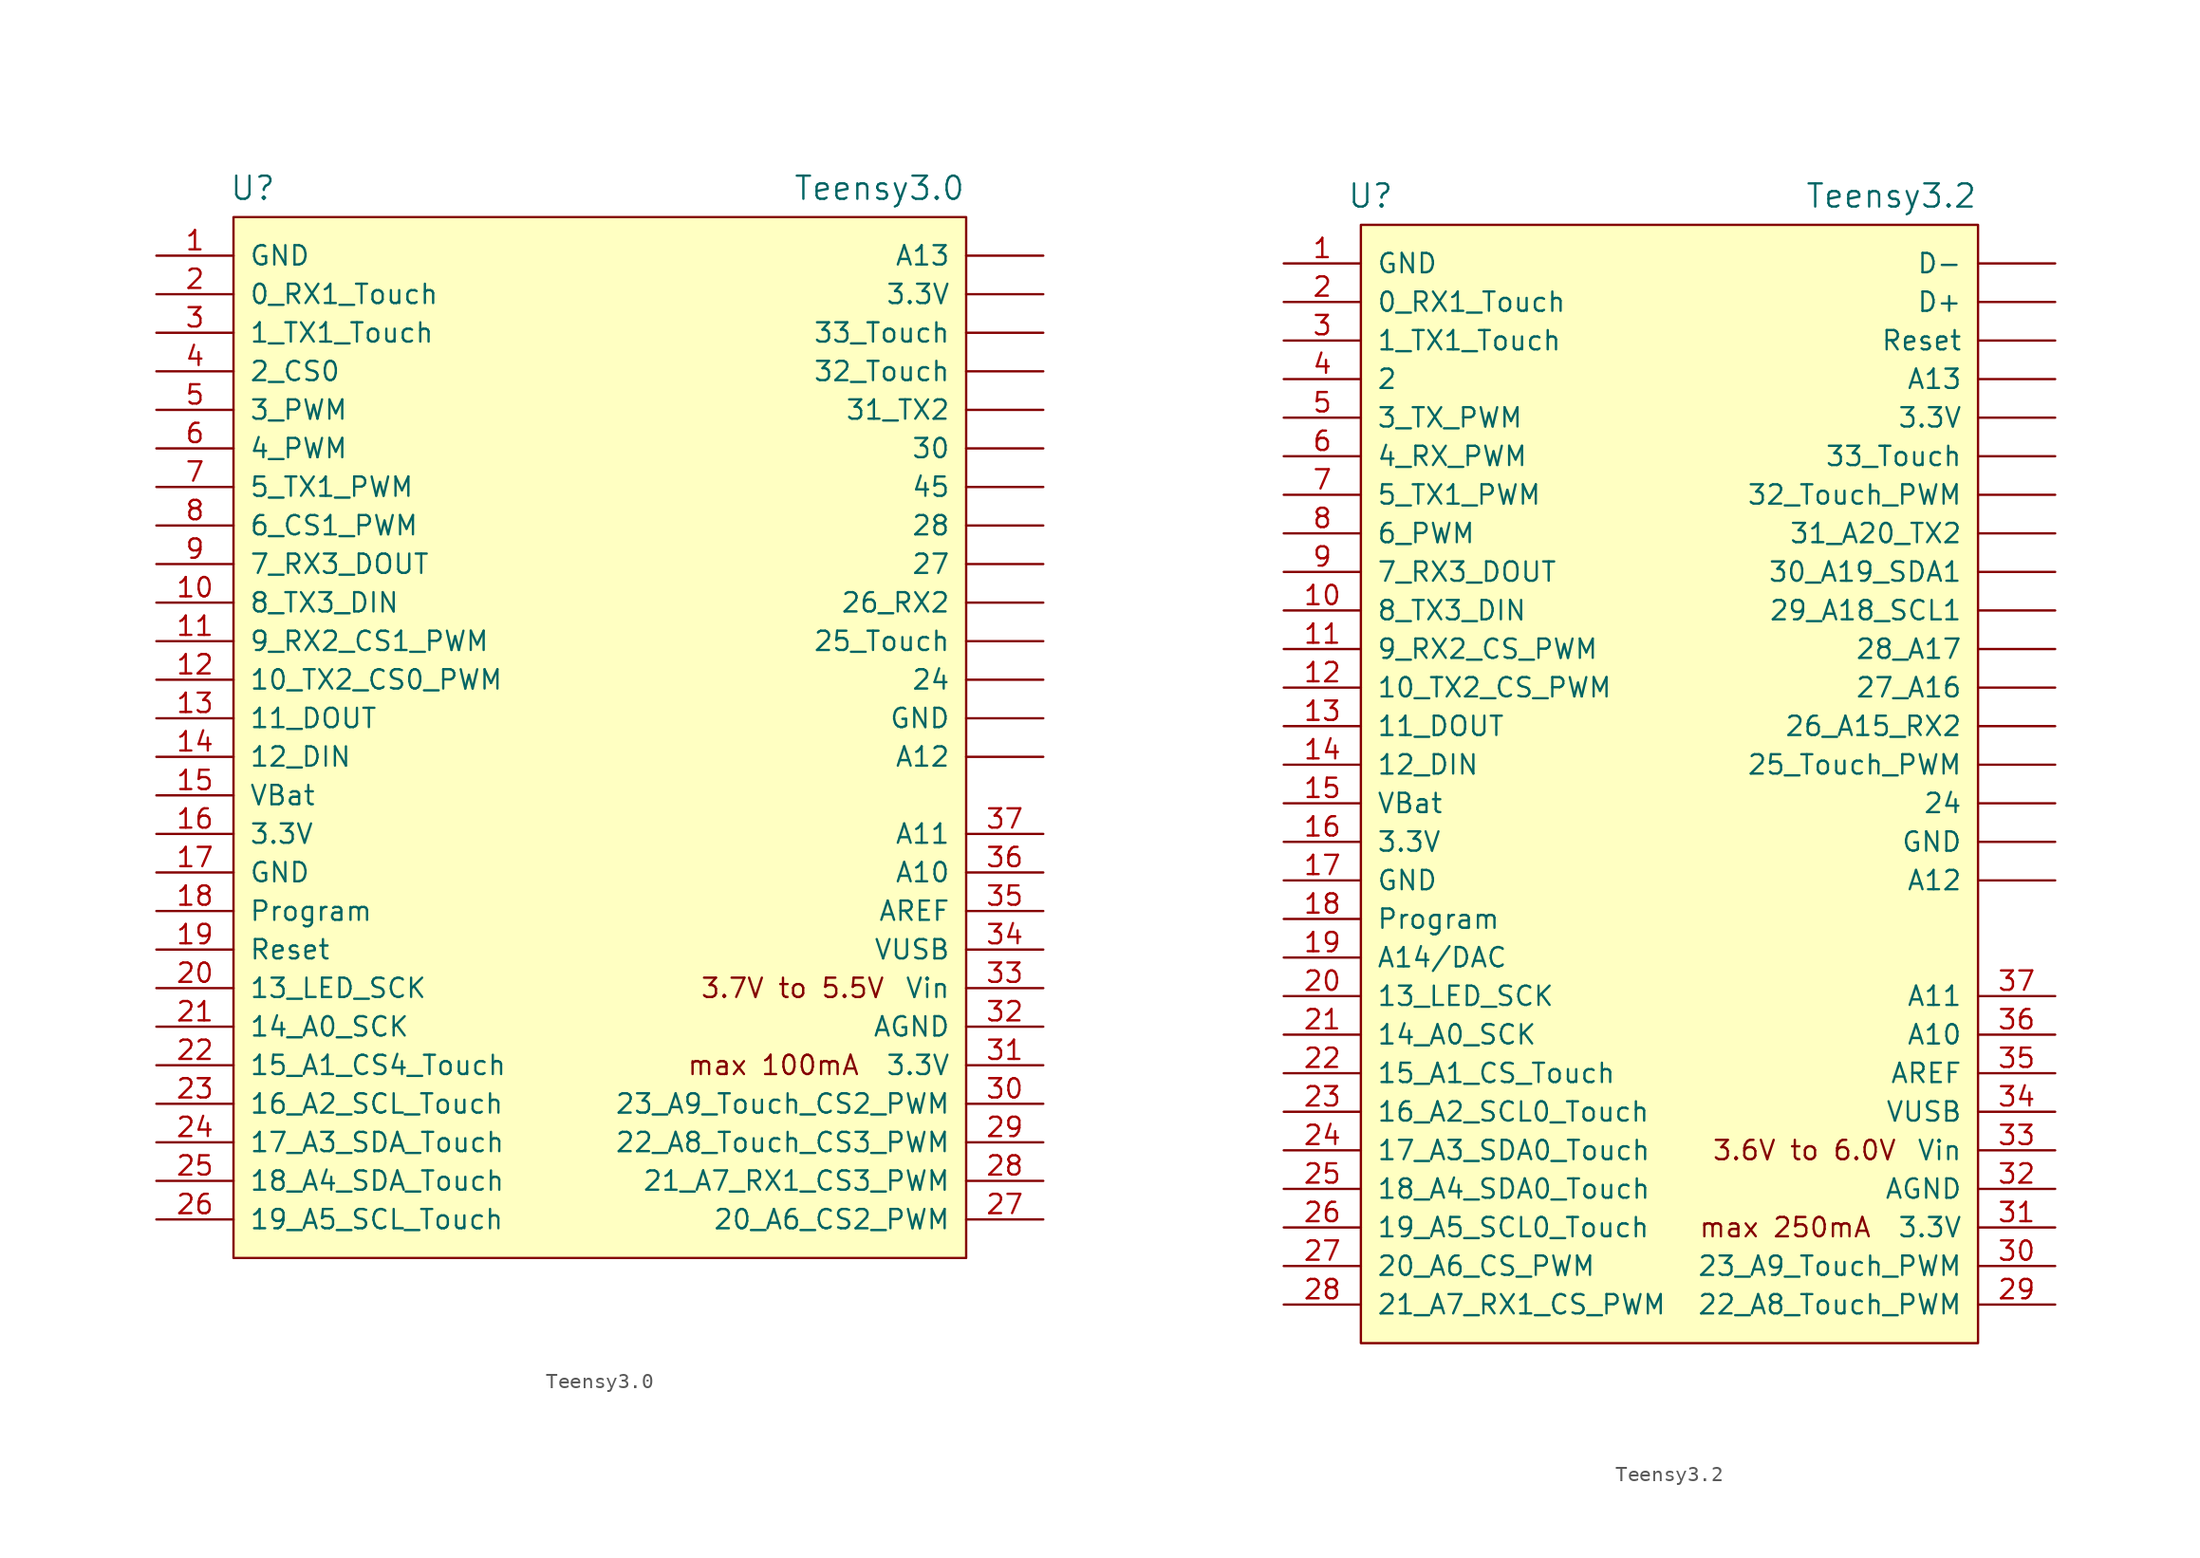
<source format=kicad_sym>
(kicad_symbol_lib
  (version 20231120)
  (generator "kicad_symbol_editor")
  (generator_version "8.0")
  (symbol "Teensy3.0"
    (pin_names
      (offset 1.016))
    (property "Reference" "U"
      (at -22.86 36.195 0)
      (effects (font (size 1.524 1.524))))
    (property "Value" "Teensy3.0"
      (at 18.415 36.195 0)
      (effects (font (size 1.524 1.524))))
    (symbol "Teensy3.0_0_0"
      (text "3.7V to 5.5V" (at 12.7 -16.51 0) (effects (font (size 1.27 1.27))))
      (text "max 100mA" (at 11.43 -21.59 0) (effects (font (size 1.27 1.27)))))
    (symbol "Teensy3.0_0_1"
      (rectangle (start -24.13 34.29) (end 24.13 -34.29) (stroke (width 0) (type default)) (fill (type background))))
    (symbol "Teensy3.0_1_1"
      (pin power_in line (at -29.21 31.75 0) (length 5.08) (name "GND" (effects (font (size 1.27 1.27)))) (number "1" (effects (font (size 1.27 1.27)))))
      (pin bidirectional line (at -29.21 8.89 0) (length 5.08) (name "8_TX3_DIN" (effects (font (size 1.27 1.27)))) (number "10" (effects (font (size 1.27 1.27)))))
      (pin bidirectional line (at -29.21 6.35 0) (length 5.08) (name "9_RX2_CS1_PWM" (effects (font (size 1.27 1.27)))) (number "11" (effects (font (size 1.27 1.27)))))
      (pin bidirectional line (at -29.21 3.81 0) (length 5.08) (name "10_TX2_CS0_PWM" (effects (font (size 1.27 1.27)))) (number "12" (effects (font (size 1.27 1.27)))))
      (pin bidirectional line (at -29.21 1.27 0) (length 5.08) (name "11_DOUT" (effects (font (size 1.27 1.27)))) (number "13" (effects (font (size 1.27 1.27)))))
      (pin bidirectional line (at -29.21 -1.27 0) (length 5.08) (name "12_DIN" (effects (font (size 1.27 1.27)))) (number "14" (effects (font (size 1.27 1.27)))))
      (pin power_in line (at -29.21 -3.81 0) (length 5.08) (name "VBat" (effects (font (size 1.27 1.27)))) (number "15" (effects (font (size 1.27 1.27)))))
      (pin power_in line (at -29.21 -6.35 0) (length 5.08) (name "3.3V" (effects (font (size 1.27 1.27)))) (number "16" (effects (font (size 1.27 1.27)))))
      (pin power_in line (at -29.21 -8.89 0) (length 5.08) (name "GND" (effects (font (size 1.27 1.27)))) (number "17" (effects (font (size 1.27 1.27)))))
      (pin input line (at -29.21 -11.43 0) (length 5.08) (name "Program" (effects (font (size 1.27 1.27)))) (number "18" (effects (font (size 1.27 1.27)))))
      (pin input line (at -29.21 -13.97 0) (length 5.08) (name "Reset" (effects (font (size 1.27 1.27)))) (number "19" (effects (font (size 1.27 1.27)))))
      (pin bidirectional line (at -29.21 29.21 0) (length 5.08) (name "0_RX1_Touch" (effects (font (size 1.27 1.27)))) (number "2" (effects (font (size 1.27 1.27)))))
      (pin bidirectional line (at -29.21 -16.51 0) (length 5.08) (name "13_LED_SCK" (effects (font (size 1.27 1.27)))) (number "20" (effects (font (size 1.27 1.27)))))
      (pin bidirectional line (at -29.21 -19.05 0) (length 5.08) (name "14_A0_SCK" (effects (font (size 1.27 1.27)))) (number "21" (effects (font (size 1.27 1.27)))))
      (pin bidirectional line (at -29.21 -21.59 0) (length 5.08) (name "15_A1_CS4_Touch" (effects (font (size 1.27 1.27)))) (number "22" (effects (font (size 1.27 1.27)))))
      (pin bidirectional line (at -29.21 -24.13 0) (length 5.08) (name "16_A2_SCL_Touch" (effects (font (size 1.27 1.27)))) (number "23" (effects (font (size 1.27 1.27)))))
      (pin bidirectional line (at -29.21 -26.67 0) (length 5.08) (name "17_A3_SDA_Touch" (effects (font (size 1.27 1.27)))) (number "24" (effects (font (size 1.27 1.27)))))
      (pin bidirectional line (at -29.21 -29.21 0) (length 5.08) (name "18_A4_SDA_Touch" (effects (font (size 1.27 1.27)))) (number "25" (effects (font (size 1.27 1.27)))))
      (pin bidirectional line (at -29.21 -31.75 0) (length 5.08) (name "19_A5_SCL_Touch" (effects (font (size 1.27 1.27)))) (number "26" (effects (font (size 1.27 1.27)))))
      (pin bidirectional line (at 29.21 -31.75 180) (length 5.08) (name "20_A6_CS2_PWM" (effects (font (size 1.27 1.27)))) (number "27" (effects (font (size 1.27 1.27)))))
      (pin bidirectional line (at 29.21 -29.21 180) (length 5.08) (name "21_A7_RX1_CS3_PWM" (effects (font (size 1.27 1.27)))) (number "28" (effects (font (size 1.27 1.27)))))
      (pin bidirectional line (at 29.21 -26.67 180) (length 5.08) (name "22_A8_Touch_CS3_PWM" (effects (font (size 1.27 1.27)))) (number "29" (effects (font (size 1.27 1.27)))))
      (pin bidirectional line (at -29.21 26.67 0) (length 5.08) (name "1_TX1_Touch" (effects (font (size 1.27 1.27)))) (number "3" (effects (font (size 1.27 1.27)))))
      (pin bidirectional line (at 29.21 -24.13 180) (length 5.08) (name "23_A9_Touch_CS2_PWM" (effects (font (size 1.27 1.27)))) (number "30" (effects (font (size 1.27 1.27)))))
      (pin power_out line (at 29.21 -21.59 180) (length 5.08) (name "3.3V" (effects (font (size 1.27 1.27)))) (number "31" (effects (font (size 1.27 1.27)))))
      (pin power_out line (at 29.21 -19.05 180) (length 5.08) (name "AGND" (effects (font (size 1.27 1.27)))) (number "32" (effects (font (size 1.27 1.27)))))
      (pin power_in line (at 29.21 -16.51 180) (length 5.08) (name "Vin" (effects (font (size 1.27 1.27)))) (number "33" (effects (font (size 1.27 1.27)))))
      (pin power_in line (at 29.21 -13.97 180) (length 5.08) (name "VUSB" (effects (font (size 1.27 1.27)))) (number "34" (effects (font (size 1.27 1.27)))))
      (pin input line (at 29.21 -11.43 180) (length 5.08) (name "AREF" (effects (font (size 1.27 1.27)))) (number "35" (effects (font (size 1.27 1.27)))))
      (pin bidirectional line (at 29.21 -8.89 180) (length 5.08) (name "A10" (effects (font (size 1.27 1.27)))) (number "36" (effects (font (size 1.27 1.27)))))
      (pin bidirectional line (at 29.21 -6.35 180) (length 5.08) (name "A11" (effects (font (size 1.27 1.27)))) (number "37" (effects (font (size 1.27 1.27)))))
      (pin bidirectional line (at -29.21 24.13 0) (length 5.08) (name "2_CS0" (effects (font (size 1.27 1.27)))) (number "4" (effects (font (size 1.27 1.27)))))
      (pin bidirectional line (at -29.21 21.59 0) (length 5.08) (name "3_PWM" (effects (font (size 1.27 1.27)))) (number "5" (effects (font (size 1.27 1.27)))))
      (pin bidirectional line (at -29.21 19.05 0) (length 5.08) (name "4_PWM" (effects (font (size 1.27 1.27)))) (number "6" (effects (font (size 1.27 1.27)))))
      (pin bidirectional line (at -29.21 16.51 0) (length 5.08) (name "5_TX1_PWM" (effects (font (size 1.27 1.27)))) (number "7" (effects (font (size 1.27 1.27)))))
      (pin bidirectional line (at -29.21 13.97 0) (length 5.08) (name "6_CS1_PWM" (effects (font (size 1.27 1.27)))) (number "8" (effects (font (size 1.27 1.27)))))
      (pin bidirectional line (at -29.21 11.43 0) (length 5.08) (name "7_RX3_DOUT" (effects (font (size 1.27 1.27)))) (number "9" (effects (font (size 1.27 1.27)))))
      (pin bidirectional line (at 29.21 3.81 180) (length 5.08) (name "24" (effects (font (size 1.27 1.27)))) (number "~" (effects (font (size 1.27 1.27)))))
      (pin bidirectional line (at 29.21 6.35 180) (length 5.08) (name "25_Touch" (effects (font (size 1.27 1.27)))) (number "~" (effects (font (size 1.27 1.27)))))
      (pin bidirectional line (at 29.21 8.89 180) (length 5.08) (name "26_RX2" (effects (font (size 1.27 1.27)))) (number "~" (effects (font (size 1.27 1.27)))))
      (pin bidirectional line (at 29.21 11.43 180) (length 5.08) (name "27" (effects (font (size 1.27 1.27)))) (number "~" (effects (font (size 1.27 1.27)))))
      (pin bidirectional line (at 29.21 13.97 180) (length 5.08) (name "28" (effects (font (size 1.27 1.27)))) (number "~" (effects (font (size 1.27 1.27)))))
      (pin power_in line (at 29.21 29.21 180) (length 5.08) (name "3.3V" (effects (font (size 1.27 1.27)))) (number "~" (effects (font (size 1.27 1.27)))))
      (pin bidirectional line (at 29.21 19.05 180) (length 5.08) (name "30" (effects (font (size 1.27 1.27)))) (number "~" (effects (font (size 1.27 1.27)))))
      (pin bidirectional line (at 29.21 21.59 180) (length 5.08) (name "31_TX2" (effects (font (size 1.27 1.27)))) (number "~" (effects (font (size 1.27 1.27)))))
      (pin bidirectional line (at 29.21 24.13 180) (length 5.08) (name "32_Touch" (effects (font (size 1.27 1.27)))) (number "~" (effects (font (size 1.27 1.27)))))
      (pin bidirectional line (at 29.21 26.67 180) (length 5.08) (name "33_Touch" (effects (font (size 1.27 1.27)))) (number "~" (effects (font (size 1.27 1.27)))))
      (pin bidirectional line (at 29.21 16.51 180) (length 5.08) (name "45" (effects (font (size 1.27 1.27)))) (number "~" (effects (font (size 1.27 1.27)))))
      (pin bidirectional line (at 29.21 -1.27 180) (length 5.08) (name "A12" (effects (font (size 1.27 1.27)))) (number "~" (effects (font (size 1.27 1.27)))))
      (pin bidirectional line (at 29.21 31.75 180) (length 5.08) (name "A13" (effects (font (size 1.27 1.27)))) (number "~" (effects (font (size 1.27 1.27)))))
      (pin power_in line (at 29.21 1.27 180) (length 5.08) (name "GND" (effects (font (size 1.27 1.27)))) (number "~" (effects (font (size 1.27 1.27)))))))
  (symbol "Teensy3.2"
    (pin_names
      (offset 1.016))
    (property "Reference" "U"
      (at -19.685 38.735 0)
      (effects (font (size 1.524 1.524))))
    (property "Value" "Teensy3.2"
      (at 14.605 38.735 0)
      (effects (font (size 1.524 1.524))))
    (symbol "Teensy3.2_0_0"
      (text "3.6V to 6.0V" (at 8.89 -24.13 0) (effects (font (size 1.27 1.27))))
      (text "max 250mA" (at 7.62 -29.21 0) (effects (font (size 1.27 1.27)))))
    (symbol "Teensy3.2_0_1"
      (rectangle (start -20.32 -36.83) (end 20.32 36.83) (stroke (width 0) (type default)) (fill (type background))))
    (symbol "Teensy3.2_1_1"
      (pin power_in line (at -25.4 34.29 0) (length 5.08) (name "GND" (effects (font (size 1.27 1.27)))) (number "1" (effects (font (size 1.27 1.27)))))
      (pin bidirectional line (at -25.4 11.43 0) (length 5.08) (name "8_TX3_DIN" (effects (font (size 1.27 1.27)))) (number "10" (effects (font (size 1.27 1.27)))))
      (pin bidirectional line (at -25.4 8.89 0) (length 5.08) (name "9_RX2_CS_PWM" (effects (font (size 1.27 1.27)))) (number "11" (effects (font (size 1.27 1.27)))))
      (pin bidirectional line (at -25.4 6.35 0) (length 5.08) (name "10_TX2_CS_PWM" (effects (font (size 1.27 1.27)))) (number "12" (effects (font (size 1.27 1.27)))))
      (pin bidirectional line (at -25.4 3.81 0) (length 5.08) (name "11_DOUT" (effects (font (size 1.27 1.27)))) (number "13" (effects (font (size 1.27 1.27)))))
      (pin bidirectional line (at -25.4 1.27 0) (length 5.08) (name "12_DIN" (effects (font (size 1.27 1.27)))) (number "14" (effects (font (size 1.27 1.27)))))
      (pin power_in line (at -25.4 -1.27 0) (length 5.08) (name "VBat" (effects (font (size 1.27 1.27)))) (number "15" (effects (font (size 1.27 1.27)))))
      (pin power_out line (at -25.4 -3.81 0) (length 5.08) (name "3.3V" (effects (font (size 1.27 1.27)))) (number "16" (effects (font (size 1.27 1.27)))))
      (pin power_in line (at -25.4 -6.35 0) (length 5.08) (name "GND" (effects (font (size 1.27 1.27)))) (number "17" (effects (font (size 1.27 1.27)))))
      (pin input line (at -25.4 -8.89 0) (length 5.08) (name "Program" (effects (font (size 1.27 1.27)))) (number "18" (effects (font (size 1.27 1.27)))))
      (pin bidirectional line (at -25.4 -11.43 0) (length 5.08) (name "A14/DAC" (effects (font (size 1.27 1.27)))) (number "19" (effects (font (size 1.27 1.27)))))
      (pin bidirectional line (at -25.4 31.75 0) (length 5.08) (name "0_RX1_Touch" (effects (font (size 1.27 1.27)))) (number "2" (effects (font (size 1.27 1.27)))))
      (pin bidirectional line (at -25.4 -13.97 0) (length 5.08) (name "13_LED_SCK" (effects (font (size 1.27 1.27)))) (number "20" (effects (font (size 1.27 1.27)))))
      (pin bidirectional line (at -25.4 -16.51 0) (length 5.08) (name "14_A0_SCK" (effects (font (size 1.27 1.27)))) (number "21" (effects (font (size 1.27 1.27)))))
      (pin bidirectional line (at -25.4 -19.05 0) (length 5.08) (name "15_A1_CS_Touch" (effects (font (size 1.27 1.27)))) (number "22" (effects (font (size 1.27 1.27)))))
      (pin bidirectional line (at -25.4 -21.59 0) (length 5.08) (name "16_A2_SCL0_Touch" (effects (font (size 1.27 1.27)))) (number "23" (effects (font (size 1.27 1.27)))))
      (pin bidirectional line (at -25.4 -24.13 0) (length 5.08) (name "17_A3_SDA0_Touch" (effects (font (size 1.27 1.27)))) (number "24" (effects (font (size 1.27 1.27)))))
      (pin bidirectional line (at -25.4 -26.67 0) (length 5.08) (name "18_A4_SDA0_Touch" (effects (font (size 1.27 1.27)))) (number "25" (effects (font (size 1.27 1.27)))))
      (pin bidirectional line (at -25.4 -29.21 0) (length 5.08) (name "19_A5_SCL0_Touch" (effects (font (size 1.27 1.27)))) (number "26" (effects (font (size 1.27 1.27)))))
      (pin bidirectional line (at -25.4 -31.75 0) (length 5.08) (name "20_A6_CS_PWM" (effects (font (size 1.27 1.27)))) (number "27" (effects (font (size 1.27 1.27)))))
      (pin bidirectional line (at -25.4 -34.29 0) (length 5.08) (name "21_A7_RX1_CS_PWM" (effects (font (size 1.27 1.27)))) (number "28" (effects (font (size 1.27 1.27)))))
      (pin bidirectional line (at 25.4 -34.29 180) (length 5.08) (name "22_A8_Touch_PWM" (effects (font (size 1.27 1.27)))) (number "29" (effects (font (size 1.27 1.27)))))
      (pin bidirectional line (at -25.4 29.21 0) (length 5.08) (name "1_TX1_Touch" (effects (font (size 1.27 1.27)))) (number "3" (effects (font (size 1.27 1.27)))))
      (pin bidirectional line (at 25.4 -31.75 180) (length 5.08) (name "23_A9_Touch_PWM" (effects (font (size 1.27 1.27)))) (number "30" (effects (font (size 1.27 1.27)))))
      (pin power_out line (at 25.4 -29.21 180) (length 5.08) (name "3.3V" (effects (font (size 1.27 1.27)))) (number "31" (effects (font (size 1.27 1.27)))))
      (pin power_out line (at 25.4 -26.67 180) (length 5.08) (name "AGND" (effects (font (size 1.27 1.27)))) (number "32" (effects (font (size 1.27 1.27)))))
      (pin power_in line (at 25.4 -24.13 180) (length 5.08) (name "Vin" (effects (font (size 1.27 1.27)))) (number "33" (effects (font (size 1.27 1.27)))))
      (pin power_in line (at 25.4 -21.59 180) (length 5.08) (name "VUSB" (effects (font (size 1.27 1.27)))) (number "34" (effects (font (size 1.27 1.27)))))
      (pin input line (at 25.4 -19.05 180) (length 5.08) (name "AREF" (effects (font (size 1.27 1.27)))) (number "35" (effects (font (size 1.27 1.27)))))
      (pin bidirectional line (at 25.4 -16.51 180) (length 5.08) (name "A10" (effects (font (size 1.27 1.27)))) (number "36" (effects (font (size 1.27 1.27)))))
      (pin bidirectional line (at 25.4 -13.97 180) (length 5.08) (name "A11" (effects (font (size 1.27 1.27)))) (number "37" (effects (font (size 1.27 1.27)))))
      (pin bidirectional line (at -25.4 26.67 0) (length 5.08) (name "2" (effects (font (size 1.27 1.27)))) (number "4" (effects (font (size 1.27 1.27)))))
      (pin bidirectional line (at -25.4 24.13 0) (length 5.08) (name "3_TX_PWM" (effects (font (size 1.27 1.27)))) (number "5" (effects (font (size 1.27 1.27)))))
      (pin bidirectional line (at -25.4 21.59 0) (length 5.08) (name "4_RX_PWM" (effects (font (size 1.27 1.27)))) (number "6" (effects (font (size 1.27 1.27)))))
      (pin bidirectional line (at -25.4 19.05 0) (length 5.08) (name "5_TX1_PWM" (effects (font (size 1.27 1.27)))) (number "7" (effects (font (size 1.27 1.27)))))
      (pin bidirectional line (at -25.4 16.51 0) (length 5.08) (name "6_PWM" (effects (font (size 1.27 1.27)))) (number "8" (effects (font (size 1.27 1.27)))))
      (pin bidirectional line (at -25.4 13.97 0) (length 5.08) (name "7_RX3_DOUT" (effects (font (size 1.27 1.27)))) (number "9" (effects (font (size 1.27 1.27)))))
      (pin bidirectional line (at 25.4 -1.27 180) (length 5.08) (name "24" (effects (font (size 1.27 1.27)))) (number "~" (effects (font (size 1.27 1.27)))))
      (pin bidirectional line (at 25.4 1.27 180) (length 5.08) (name "25_Touch_PWM" (effects (font (size 1.27 1.27)))) (number "~" (effects (font (size 1.27 1.27)))))
      (pin bidirectional line (at 25.4 3.81 180) (length 5.08) (name "26_A15_RX2" (effects (font (size 1.27 1.27)))) (number "~" (effects (font (size 1.27 1.27)))))
      (pin bidirectional line (at 25.4 6.35 180) (length 5.08) (name "27_A16" (effects (font (size 1.27 1.27)))) (number "~" (effects (font (size 1.27 1.27)))))
      (pin bidirectional line (at 25.4 8.89 180) (length 5.08) (name "28_A17" (effects (font (size 1.27 1.27)))) (number "~" (effects (font (size 1.27 1.27)))))
      (pin bidirectional line (at 25.4 11.43 180) (length 5.08) (name "29_A18_SCL1" (effects (font (size 1.27 1.27)))) (number "~" (effects (font (size 1.27 1.27)))))
      (pin power_out line (at 25.4 24.13 180) (length 5.08) (name "3.3V" (effects (font (size 1.27 1.27)))) (number "~" (effects (font (size 1.27 1.27)))))
      (pin bidirectional line (at 25.4 13.97 180) (length 5.08) (name "30_A19_SDA1" (effects (font (size 1.27 1.27)))) (number "~" (effects (font (size 1.27 1.27)))))
      (pin bidirectional line (at 25.4 16.51 180) (length 5.08) (name "31_A20_TX2" (effects (font (size 1.27 1.27)))) (number "~" (effects (font (size 1.27 1.27)))))
      (pin bidirectional line (at 25.4 19.05 180) (length 5.08) (name "32_Touch_PWM" (effects (font (size 1.27 1.27)))) (number "~" (effects (font (size 1.27 1.27)))))
      (pin bidirectional line (at 25.4 21.59 180) (length 5.08) (name "33_Touch" (effects (font (size 1.27 1.27)))) (number "~" (effects (font (size 1.27 1.27)))))
      (pin bidirectional line (at 25.4 -6.35 180) (length 5.08) (name "A12" (effects (font (size 1.27 1.27)))) (number "~" (effects (font (size 1.27 1.27)))))
      (pin bidirectional line (at 25.4 26.67 180) (length 5.08) (name "A13" (effects (font (size 1.27 1.27)))) (number "~" (effects (font (size 1.27 1.27)))))
      (pin bidirectional line (at 25.4 31.75 180) (length 5.08) (name "D+" (effects (font (size 1.27 1.27)))) (number "~" (effects (font (size 1.27 1.27)))))
      (pin bidirectional line (at 25.4 34.29 180) (length 5.08) (name "D-" (effects (font (size 1.27 1.27)))) (number "~" (effects (font (size 1.27 1.27)))))
      (pin power_in line (at 25.4 -3.81 180) (length 5.08) (name "GND" (effects (font (size 1.27 1.27)))) (number "~" (effects (font (size 1.27 1.27)))))
      (pin input line (at 25.4 29.21 180) (length 5.08) (name "Reset" (effects (font (size 1.27 1.27)))) (number "~" (effects (font (size 1.27 1.27))))))))
</source>
